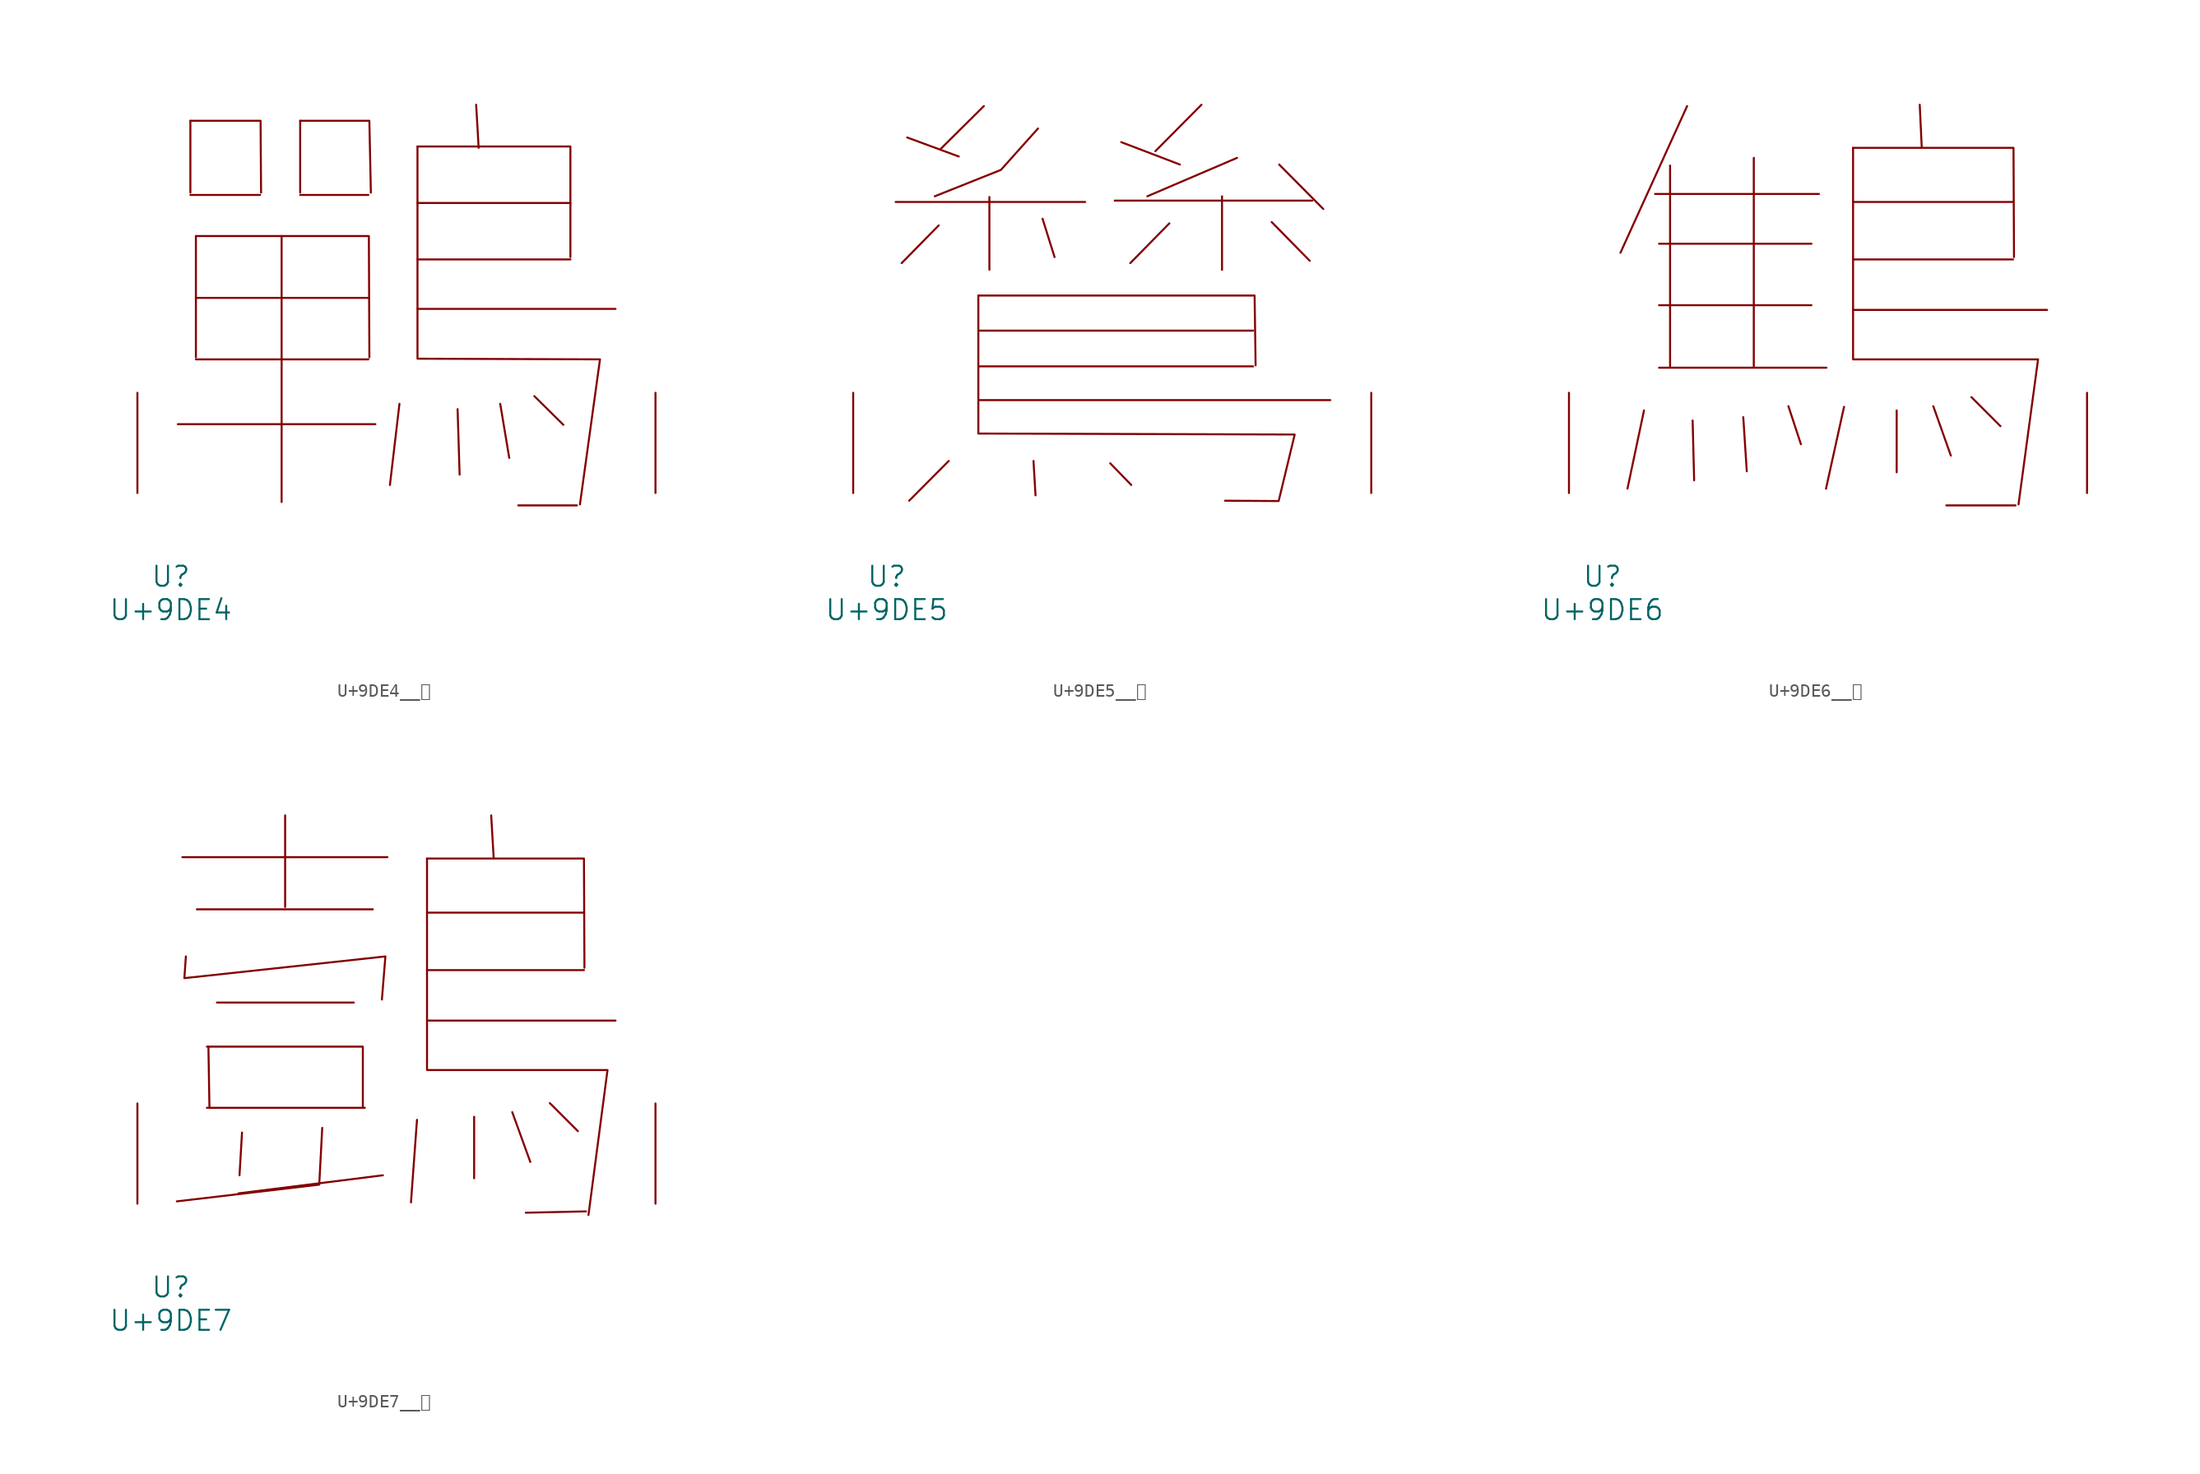
<source format=kicad_sym>
(kicad_symbol_lib
  (version 20231120)
  (generator "kicad_symbol_editor")
  (generator_version "8.0")
  (symbol "U+9DE4__鷤"
    (pin_names
      (offset 1.016))
    (property "Reference" "U"
      (at 0 -6.35 0)
      (effects (font (size 1.524 1.524))))
    (property "Value" "U+9DE4"
      (at 0 -8.89 0)
      (effects (font (size 1.524 1.524))))
    (symbol "U+9DE4__鷤_0_1"
      (polyline (pts (xy 0.533 5.232) (xy 15.545 5.232)) (stroke (width 0) (type solid)) (fill (type none)))
      (polyline (pts (xy 1.486 22.657) (xy 6.782 22.657)) (stroke (width 0) (type solid)) (fill (type none)))
      (polyline (pts (xy 1.486 28.296) (xy 1.486 22.835)) (stroke (width 0) (type solid)) (fill (type none)))
      (polyline (pts (xy 1.905 10.16) (xy 15.011 10.16)) (stroke (width 0) (type solid)) (fill (type none)))
      (polyline (pts (xy 1.905 14.834) (xy 15.011 14.834)) (stroke (width 0) (type solid)) (fill (type none)))
      (polyline (pts (xy 1.905 19.533) (xy 1.905 10.312)) (stroke (width 0) (type solid)) (fill (type none)))
      (polyline (pts (xy 8.42 19.533) (xy 8.42 -0.686)) (stroke (width 0) (type solid)) (fill (type none)))
      (polyline (pts (xy 9.83 22.657) (xy 15.011 22.657)) (stroke (width 0) (type solid)) (fill (type none)))
      (polyline (pts (xy 9.83 28.296) (xy 9.83 22.835)) (stroke (width 0) (type solid)) (fill (type none)))
      (polyline (pts (xy 17.374 6.782) (xy 16.65 0.61)) (stroke (width 0) (type solid)) (fill (type none)))
      (polyline (pts (xy 18.745 13.995) (xy 33.795 13.995)) (stroke (width 0) (type solid)) (fill (type none)))
      (polyline (pts (xy 18.745 17.755) (xy 30.366 17.755)) (stroke (width 0) (type solid)) (fill (type none)))
      (polyline (pts (xy 18.745 22.047) (xy 30.366 22.047)) (stroke (width 0) (type solid)) (fill (type none)))
      (polyline (pts (xy 21.793 6.375) (xy 21.946 1.397)) (stroke (width 0) (type solid)) (fill (type none)))
      (polyline (pts (xy 23.203 29.515) (xy 23.393 26.238)) (stroke (width 0) (type solid)) (fill (type none)))
      (polyline (pts (xy 25.032 6.782) (xy 25.718 2.667)) (stroke (width 0) (type solid)) (fill (type none)))
      (polyline (pts (xy 26.403 -0.94) (xy 30.861 -0.94)) (stroke (width 0) (type solid)) (fill (type none)))
      (polyline (pts (xy 27.622 7.366) (xy 29.832 5.182)) (stroke (width 0) (type solid)) (fill (type none)))
      (polyline (pts (xy 1.486 28.296) (xy 6.82 28.296) (xy 6.858 22.835)) (stroke (width 0) (type solid)) (fill (type none)))
      (polyline (pts (xy 1.905 19.533) (xy 15.05 19.533) (xy 15.088 10.312)) (stroke (width 0) (type solid)) (fill (type none)))
      (polyline (pts (xy 9.83 28.296) (xy 15.088 28.296) (xy 15.202 22.835)) (stroke (width 0) (type solid)) (fill (type none)))
      (polyline (pts (xy 18.745 26.34) (xy 30.366 26.34) (xy 30.366 17.932)) (stroke (width 0) (type solid)) (fill (type none)))
      (polyline (pts (xy 18.745 26.34) (xy 18.745 10.211) (xy 32.614 10.16) (xy 31.09 -0.864)) (stroke (width 0) (type solid)) (fill (type none)))
      (pin input line (at -2.54 0 90) (length 7.62) (name "~" (effects (font (size 1.27 1.27)))) (number "~" (effects (font (size 1.27 1.27)))))
      (pin input line (at 36.83 0 90) (length 7.62) (name "~" (effects (font (size 1.27 1.27)))) (number "~" (effects (font (size 1.27 1.27)))))))
  (symbol "U+9DE5__鷥"
    (pin_names
      (offset 1.016))
    (property "Reference" "U"
      (at 0 -6.35 0)
      (effects (font (size 1.524 1.524))))
    (property "Value" "U+9DE5"
      (at 0 -8.89 0)
      (effects (font (size 1.524 1.524))))
    (symbol "U+9DE5__鷥_0_1"
      (polyline (pts (xy 0.686 22.123) (xy 15.088 22.123)) (stroke (width 0) (type solid)) (fill (type none)))
      (polyline (pts (xy 1.562 27.026) (xy 5.486 25.578)) (stroke (width 0) (type solid)) (fill (type none)))
      (polyline (pts (xy 3.962 20.345) (xy 1.143 17.475)) (stroke (width 0) (type solid)) (fill (type none)))
      (polyline (pts (xy 4.724 2.438) (xy 1.714 -0.584)) (stroke (width 0) (type solid)) (fill (type none)))
      (polyline (pts (xy 6.972 7.061) (xy 33.718 7.061)) (stroke (width 0) (type solid)) (fill (type none)))
      (polyline (pts (xy 6.972 9.627) (xy 27.851 9.627)) (stroke (width 0) (type solid)) (fill (type none)))
      (polyline (pts (xy 6.972 12.344) (xy 27.851 12.344)) (stroke (width 0) (type solid)) (fill (type none)))
      (polyline (pts (xy 7.391 29.413) (xy 4.115 26.162)) (stroke (width 0) (type solid)) (fill (type none)))
      (polyline (pts (xy 7.811 22.504) (xy 7.811 16.967)) (stroke (width 0) (type solid)) (fill (type none)))
      (polyline (pts (xy 11.163 2.438) (xy 11.316 -0.178)) (stroke (width 0) (type solid)) (fill (type none)))
      (polyline (pts (xy 11.849 20.853) (xy 12.764 17.932)) (stroke (width 0) (type solid)) (fill (type none)))
      (polyline (pts (xy 16.993 2.261) (xy 18.593 0.61)) (stroke (width 0) (type solid)) (fill (type none)))
      (polyline (pts (xy 17.335 22.225) (xy 32.347 22.225)) (stroke (width 0) (type solid)) (fill (type none)))
      (polyline (pts (xy 17.831 26.67) (xy 22.288 24.968)) (stroke (width 0) (type solid)) (fill (type none)))
      (polyline (pts (xy 21.488 20.498) (xy 18.517 17.475)) (stroke (width 0) (type solid)) (fill (type none)))
      (polyline (pts (xy 23.927 29.515) (xy 20.422 25.984)) (stroke (width 0) (type solid)) (fill (type none)))
      (polyline (pts (xy 25.489 22.555) (xy 25.489 16.967)) (stroke (width 0) (type solid)) (fill (type none)))
      (polyline (pts (xy 26.632 25.476) (xy 19.812 22.555)) (stroke (width 0) (type solid)) (fill (type none)))
      (polyline (pts (xy 29.261 20.599) (xy 32.156 17.653)) (stroke (width 0) (type solid)) (fill (type none)))
      (polyline (pts (xy 29.832 24.968) (xy 33.185 21.59)) (stroke (width 0) (type solid)) (fill (type none)))
      (polyline (pts (xy 6.972 15.011) (xy 27.965 15.011) (xy 28.042 9.703)) (stroke (width 0) (type solid)) (fill (type none)))
      (polyline (pts (xy 11.506 27.711) (xy 8.687 24.562) (xy 3.658 22.555)) (stroke (width 0) (type solid)) (fill (type none)))
      (polyline (pts (xy 6.972 15.011) (xy 6.972 4.521) (xy 31.013 4.445) (xy 29.794 -0.61) (xy 25.718 -0.584)) (stroke (width 0) (type solid)) (fill (type none)))
      (pin input line (at -2.54 0 90) (length 7.62) (name "~" (effects (font (size 1.27 1.27)))) (number "~" (effects (font (size 1.27 1.27)))))
      (pin input line (at 36.83 0 90) (length 7.62) (name "~" (effects (font (size 1.27 1.27)))) (number "~" (effects (font (size 1.27 1.27)))))))
  (symbol "U+9DE6__鷦"
    (pin_names
      (offset 1.016))
    (property "Reference" "U"
      (at 0 -6.35 0)
      (effects (font (size 1.524 1.524))))
    (property "Value" "U+9DE6"
      (at 0 -8.89 0)
      (effects (font (size 1.524 1.524))))
    (symbol "U+9DE6__鷦_0_1"
      (polyline (pts (xy 3.162 6.274) (xy 1.905 0.33)) (stroke (width 0) (type solid)) (fill (type none)))
      (polyline (pts (xy 4 22.733) (xy 16.459 22.733)) (stroke (width 0) (type solid)) (fill (type none)))
      (polyline (pts (xy 4.305 9.525) (xy 17.031 9.525)) (stroke (width 0) (type solid)) (fill (type none)))
      (polyline (pts (xy 4.305 14.275) (xy 15.888 14.275)) (stroke (width 0) (type solid)) (fill (type none)))
      (polyline (pts (xy 4.305 18.948) (xy 15.888 18.948)) (stroke (width 0) (type solid)) (fill (type none)))
      (polyline (pts (xy 5.144 24.892) (xy 5.144 9.627)) (stroke (width 0) (type solid)) (fill (type none)))
      (polyline (pts (xy 6.439 29.413) (xy 1.372 18.263)) (stroke (width 0) (type solid)) (fill (type none)))
      (polyline (pts (xy 6.858 5.512) (xy 6.972 0.965)) (stroke (width 0) (type solid)) (fill (type none)))
      (polyline (pts (xy 10.706 5.766) (xy 10.973 1.651)) (stroke (width 0) (type solid)) (fill (type none)))
      (polyline (pts (xy 11.506 25.476) (xy 11.506 9.627)) (stroke (width 0) (type solid)) (fill (type none)))
      (polyline (pts (xy 14.135 6.604) (xy 15.088 3.708)) (stroke (width 0) (type solid)) (fill (type none)))
      (polyline (pts (xy 18.364 6.553) (xy 16.993 0.33)) (stroke (width 0) (type solid)) (fill (type none)))
      (polyline (pts (xy 19.05 13.919) (xy 33.795 13.919)) (stroke (width 0) (type solid)) (fill (type none)))
      (polyline (pts (xy 19.05 17.755) (xy 31.204 17.755)) (stroke (width 0) (type solid)) (fill (type none)))
      (polyline (pts (xy 19.05 22.123) (xy 31.204 22.123)) (stroke (width 0) (type solid)) (fill (type none)))
      (polyline (pts (xy 22.365 6.274) (xy 22.365 1.575)) (stroke (width 0) (type solid)) (fill (type none)))
      (polyline (pts (xy 24.117 29.515) (xy 24.27 26.238)) (stroke (width 0) (type solid)) (fill (type none)))
      (polyline (pts (xy 25.146 6.604) (xy 26.48 2.845)) (stroke (width 0) (type solid)) (fill (type none)))
      (polyline (pts (xy 26.137 -0.94) (xy 31.394 -0.94)) (stroke (width 0) (type solid)) (fill (type none)))
      (polyline (pts (xy 28.042 7.29) (xy 30.251 5.08)) (stroke (width 0) (type solid)) (fill (type none)))
      (polyline (pts (xy 19.05 26.238) (xy 31.242 26.238) (xy 31.28 17.932)) (stroke (width 0) (type solid)) (fill (type none)))
      (polyline (pts (xy 19.05 26.238) (xy 19.05 10.16) (xy 33.109 10.16) (xy 31.623 -0.864)) (stroke (width 0) (type solid)) (fill (type none)))
      (pin input line (at -2.54 0 90) (length 7.62) (name "~" (effects (font (size 1.27 1.27)))) (number "~" (effects (font (size 1.27 1.27)))))
      (pin input line (at 36.83 0 90) (length 7.62) (name "~" (effects (font (size 1.27 1.27)))) (number "~" (effects (font (size 1.27 1.27)))))))
  (symbol "U+9DE7__鷧"
    (pin_names
      (offset 1.016))
    (property "Reference" "U"
      (at 0 -6.35 0)
      (effects (font (size 1.524 1.524))))
    (property "Value" "U+9DE7"
      (at 0 -8.89 0)
      (effects (font (size 1.524 1.524))))
    (symbol "U+9DE7__鷧_0_1"
      (polyline (pts (xy 0.876 26.34) (xy 16.459 26.34)) (stroke (width 0) (type solid)) (fill (type none)))
      (polyline (pts (xy 1.981 22.377) (xy 15.354 22.377)) (stroke (width 0) (type solid)) (fill (type none)))
      (polyline (pts (xy 2.743 7.29) (xy 14.745 7.29)) (stroke (width 0) (type solid)) (fill (type none)))
      (polyline (pts (xy 2.857 11.938) (xy 2.934 7.366)) (stroke (width 0) (type solid)) (fill (type none)))
      (polyline (pts (xy 3.505 15.291) (xy 13.906 15.291)) (stroke (width 0) (type solid)) (fill (type none)))
      (polyline (pts (xy 5.41 5.41) (xy 5.22 2.159)) (stroke (width 0) (type solid)) (fill (type none)))
      (polyline (pts (xy 8.687 29.515) (xy 8.687 22.555)) (stroke (width 0) (type solid)) (fill (type none)))
      (polyline (pts (xy 16.116 2.159) (xy 5.144 0.787)) (stroke (width 0) (type solid)) (fill (type none)))
      (polyline (pts (xy 18.707 6.375) (xy 18.25 0.102)) (stroke (width 0) (type solid)) (fill (type none)))
      (polyline (pts (xy 19.469 13.919) (xy 33.795 13.919)) (stroke (width 0) (type solid)) (fill (type none)))
      (polyline (pts (xy 19.469 17.755) (xy 31.394 17.755)) (stroke (width 0) (type solid)) (fill (type none)))
      (polyline (pts (xy 19.469 22.123) (xy 31.394 22.123)) (stroke (width 0) (type solid)) (fill (type none)))
      (polyline (pts (xy 23.05 6.604) (xy 23.05 1.93)) (stroke (width 0) (type solid)) (fill (type none)))
      (polyline (pts (xy 24.346 29.515) (xy 24.536 26.238)) (stroke (width 0) (type solid)) (fill (type none)))
      (polyline (pts (xy 25.946 6.96) (xy 27.318 3.175)) (stroke (width 0) (type solid)) (fill (type none)))
      (polyline (pts (xy 28.804 7.645) (xy 30.937 5.512)) (stroke (width 0) (type solid)) (fill (type none)))
      (polyline (pts (xy 31.547 -0.584) (xy 26.975 -0.686)) (stroke (width 0) (type solid)) (fill (type none)))
      (polyline (pts (xy 2.743 11.938) (xy 14.592 11.938) (xy 14.592 7.366)) (stroke (width 0) (type solid)) (fill (type none)))
      (polyline (pts (xy 11.506 5.766) (xy 11.278 1.448) (xy 0.457 0.178)) (stroke (width 0) (type solid)) (fill (type none)))
      (polyline (pts (xy 19.469 26.238) (xy 31.394 26.238) (xy 31.433 17.932)) (stroke (width 0) (type solid)) (fill (type none)))
      (polyline (pts (xy 1.143 18.796) (xy 1.029 17.145) (xy 16.307 18.796) (xy 16.04 15.519)) (stroke (width 0) (type solid)) (fill (type none)))
      (polyline (pts (xy 19.469 26.238) (xy 19.469 10.16) (xy 33.185 10.16) (xy 31.737 -0.864)) (stroke (width 0) (type solid)) (fill (type none)))
      (pin input line (at -2.54 0 90) (length 7.62) (name "~" (effects (font (size 1.27 1.27)))) (number "~" (effects (font (size 1.27 1.27)))))
      (pin input line (at 36.83 0 90) (length 7.62) (name "~" (effects (font (size 1.27 1.27)))) (number "~" (effects (font (size 1.27 1.27))))))))
</source>
